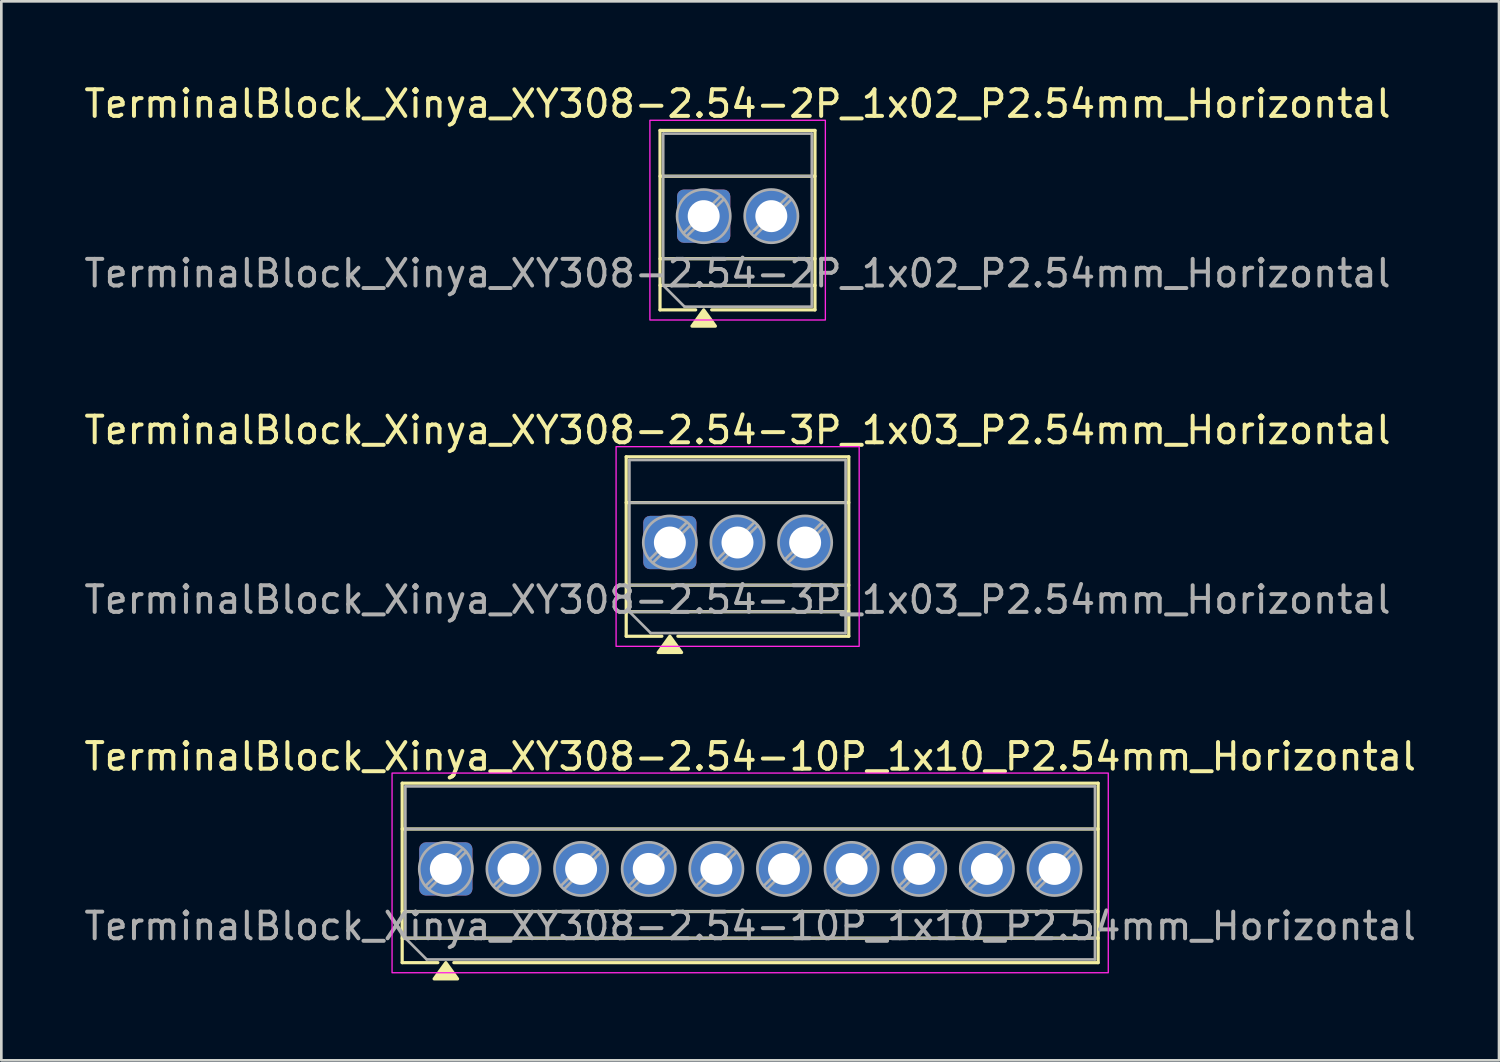
<source format=kicad_pcb>
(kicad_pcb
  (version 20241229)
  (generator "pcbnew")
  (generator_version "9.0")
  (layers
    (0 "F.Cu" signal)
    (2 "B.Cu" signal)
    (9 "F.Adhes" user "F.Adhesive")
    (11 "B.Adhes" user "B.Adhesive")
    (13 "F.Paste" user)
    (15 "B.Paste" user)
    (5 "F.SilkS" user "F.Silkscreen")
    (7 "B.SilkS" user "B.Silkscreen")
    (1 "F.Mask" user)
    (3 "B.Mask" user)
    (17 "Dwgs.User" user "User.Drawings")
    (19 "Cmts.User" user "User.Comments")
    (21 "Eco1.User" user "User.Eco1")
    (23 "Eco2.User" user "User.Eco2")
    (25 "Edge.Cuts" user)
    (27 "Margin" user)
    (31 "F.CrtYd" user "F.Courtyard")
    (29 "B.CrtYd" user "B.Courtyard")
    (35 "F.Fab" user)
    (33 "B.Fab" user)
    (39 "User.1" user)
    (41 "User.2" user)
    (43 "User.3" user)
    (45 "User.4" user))
  (footprint "TerminalBlock_Xinya_XY308-2.54-2P_1x02_P2.54mm_Horizontal"
    (layer "F.Cu")
    (at 23.379 5.068)
    (property "Reference" "TerminalBlock_Xinya_XY308-2.54-2P_1x02_P2.54mm_Horizontal" (at 1.27 -4.22 0) (layer "F.SilkS") (effects (font (size 1 1) (thickness 0.15))))
    (attr through_hole)
    (fp_line (start -1.64 -3.22) (end 4.18 -3.22) (stroke (width 0.12) (type solid)) (layer "F.SilkS"))
    (fp_line (start -1.64 -1.5) (end 4.18 -1.5) (stroke (width 0.12) (type solid)) (layer "F.SilkS"))
    (fp_line (start -1.64 1.6) (end 4.18 1.6) (stroke (width 0.12) (type solid)) (layer "F.SilkS"))
    (fp_line (start -1.64 2.6) (end 4.18 2.6) (stroke (width 0.12) (type solid)) (layer "F.SilkS"))
    (fp_line (start -1.64 3.52) (end -1.64 -3.22) (stroke (width 0.12) (type solid)) (layer "F.SilkS"))
    (fp_line (start -0.3 3.52) (end -1.64 3.52) (stroke (width 0.12) (type solid)) (layer "F.SilkS"))
    (fp_line (start 4.18 -3.22) (end 4.18 3.52) (stroke (width 0.12) (type solid)) (layer "F.SilkS"))
    (fp_line (start 4.18 3.52) (end 0.3 3.52) (stroke (width 0.12) (type solid)) (layer "F.SilkS"))
    (fp_poly (pts (xy 0 3.52) (xy 0.44 4.13) (xy -0.44 4.13)) (stroke (width 0.12) (type solid)) (fill yes) (layer "F.SilkS"))
    (fp_rect (start -2.02 -3.6) (end 4.57 3.9) (stroke (width 0.05) (type solid)) (fill no) (layer "F.CrtYd"))
    (fp_line (start -1.52 -3.1) (end 4.06 -3.1) (stroke (width 0.1) (type solid)) (layer "F.Fab"))
    (fp_line (start -1.52 -1.5) (end 4.06 -1.5) (stroke (width 0.1) (type solid)) (layer "F.Fab"))
    (fp_line (start -1.52 1.6) (end 4.06 1.6) (stroke (width 0.1) (type solid)) (layer "F.Fab"))
    (fp_line (start -1.52 2.6) (end -1.52 -3.1) (stroke (width 0.1) (type solid)) (layer "F.Fab"))
    (fp_line (start -1.52 2.6) (end 4.06 2.6) (stroke (width 0.1) (type solid)) (layer "F.Fab"))
    (fp_line (start -0.72 3.4) (end -1.52 2.6) (stroke (width 0.1) (type solid)) (layer "F.Fab"))
    (fp_line (start 0.636 -0.758) (end -0.758 0.636) (stroke (width 0.1) (type solid)) (layer "F.Fab"))
    (fp_line (start 0.758 -0.636) (end -0.636 0.758) (stroke (width 0.1) (type solid)) (layer "F.Fab"))
    (fp_line (start 3.176 -0.758) (end 1.782 0.636) (stroke (width 0.1) (type solid)) (layer "F.Fab"))
    (fp_line (start 3.298 -0.636) (end 1.904 0.758) (stroke (width 0.1) (type solid)) (layer "F.Fab"))
    (fp_line (start 4.06 -3.1) (end 4.06 3.4) (stroke (width 0.1) (type solid)) (layer "F.Fab"))
    (fp_line (start 4.06 3.4) (end -0.72 3.4) (stroke (width 0.1) (type solid)) (layer "F.Fab"))
    (fp_circle (center 0 0) (end 1 0) (stroke (width 0.1) (type solid)) (fill no) (layer "F.Fab"))
    (fp_circle (center 2.54 0) (end 3.54 0) (stroke (width 0.1) (type solid)) (fill no) (layer "F.Fab"))
    (fp_text user "${REFERENCE}" (at 1.27 2.15 0) (layer "F.Fab") (effects (font (size 1 1) (thickness 0.15))))
    (pad "1" thru_hole roundrect (at 0 0) (size 2 2) (drill 1.2) (layers "*.Cu" "*.Mask") (roundrect_rratio 0.125))
    (pad "2" thru_hole circle (at 2.54 0) (size 2 2) (drill 1.2) (layers "*.Cu" "*.Mask")))
  (footprint "TerminalBlock_Xinya_XY308-2.54-10P_1x10_P2.54mm_Horizontal"
    (layer "F.Cu")
    (at 13.695 29.585)
    (property "Reference" "TerminalBlock_Xinya_XY308-2.54-10P_1x10_P2.54mm_Horizontal" (at 11.43 -4.22 0) (layer "F.SilkS") (effects (font (size 1 1) (thickness 0.15))))
    (attr through_hole)
    (fp_line (start -1.64 -3.22) (end 24.5 -3.22) (stroke (width 0.12) (type solid)) (layer "F.SilkS"))
    (fp_line (start -1.64 -1.5) (end 24.5 -1.5) (stroke (width 0.12) (type solid)) (layer "F.SilkS"))
    (fp_line (start -1.64 1.6) (end 24.5 1.6) (stroke (width 0.12) (type solid)) (layer "F.SilkS"))
    (fp_line (start -1.64 2.6) (end 24.5 2.6) (stroke (width 0.12) (type solid)) (layer "F.SilkS"))
    (fp_line (start -1.64 3.52) (end -1.64 -3.22) (stroke (width 0.12) (type solid)) (layer "F.SilkS"))
    (fp_line (start -0.3 3.52) (end -1.64 3.52) (stroke (width 0.12) (type solid)) (layer "F.SilkS"))
    (fp_line (start 24.5 -3.22) (end 24.5 3.52) (stroke (width 0.12) (type solid)) (layer "F.SilkS"))
    (fp_line (start 24.5 3.52) (end 0.3 3.52) (stroke (width 0.12) (type solid)) (layer "F.SilkS"))
    (fp_poly (pts (xy 0 3.52) (xy 0.44 4.13) (xy -0.44 4.13)) (stroke (width 0.12) (type solid)) (fill yes) (layer "F.SilkS"))
    (fp_rect (start -2.02 -3.6) (end 24.88 3.9) (stroke (width 0.05) (type solid)) (fill no) (layer "F.CrtYd"))
    (fp_line (start -1.52 -3.1) (end 24.38 -3.1) (stroke (width 0.1) (type solid)) (layer "F.Fab"))
    (fp_line (start -1.52 -1.5) (end 24.38 -1.5) (stroke (width 0.1) (type solid)) (layer "F.Fab"))
    (fp_line (start -1.52 1.6) (end 24.38 1.6) (stroke (width 0.1) (type solid)) (layer "F.Fab"))
    (fp_line (start -1.52 2.6) (end -1.52 -3.1) (stroke (width 0.1) (type solid)) (layer "F.Fab"))
    (fp_line (start -1.52 2.6) (end 24.38 2.6) (stroke (width 0.1) (type solid)) (layer "F.Fab"))
    (fp_line (start -0.72 3.4) (end -1.52 2.6) (stroke (width 0.1) (type solid)) (layer "F.Fab"))
    (fp_line (start 0.636 -0.758) (end -0.758 0.636) (stroke (width 0.1) (type solid)) (layer "F.Fab"))
    (fp_line (start 0.758 -0.636) (end -0.636 0.758) (stroke (width 0.1) (type solid)) (layer "F.Fab"))
    (fp_line (start 3.176 -0.758) (end 1.782 0.636) (stroke (width 0.1) (type solid)) (layer "F.Fab"))
    (fp_line (start 3.298 -0.636) (end 1.904 0.758) (stroke (width 0.1) (type solid)) (layer "F.Fab"))
    (fp_line (start 5.716 -0.758) (end 4.322 0.636) (stroke (width 0.1) (type solid)) (layer "F.Fab"))
    (fp_line (start 5.838 -0.636) (end 4.444 0.758) (stroke (width 0.1) (type solid)) (layer "F.Fab"))
    (fp_line (start 8.256 -0.758) (end 6.862 0.636) (stroke (width 0.1) (type solid)) (layer "F.Fab"))
    (fp_line (start 8.378 -0.636) (end 6.984 0.758) (stroke (width 0.1) (type solid)) (layer "F.Fab"))
    (fp_line (start 10.796 -0.758) (end 9.402 0.636) (stroke (width 0.1) (type solid)) (layer "F.Fab"))
    (fp_line (start 10.918 -0.636) (end 9.524 0.758) (stroke (width 0.1) (type solid)) (layer "F.Fab"))
    (fp_line (start 13.336 -0.758) (end 11.942 0.636) (stroke (width 0.1) (type solid)) (layer "F.Fab"))
    (fp_line (start 13.458 -0.636) (end 12.064 0.758) (stroke (width 0.1) (type solid)) (layer "F.Fab"))
    (fp_line (start 15.876 -0.758) (end 14.482 0.636) (stroke (width 0.1) (type solid)) (layer "F.Fab"))
    (fp_line (start 15.998 -0.636) (end 14.604 0.758) (stroke (width 0.1) (type solid)) (layer "F.Fab"))
    (fp_line (start 18.416 -0.758) (end 17.022 0.636) (stroke (width 0.1) (type solid)) (layer "F.Fab"))
    (fp_line (start 18.538 -0.636) (end 17.144 0.758) (stroke (width 0.1) (type solid)) (layer "F.Fab"))
    (fp_line (start 20.956 -0.758) (end 19.562 0.636) (stroke (width 0.1) (type solid)) (layer "F.Fab"))
    (fp_line (start 21.078 -0.636) (end 19.684 0.758) (stroke (width 0.1) (type solid)) (layer "F.Fab"))
    (fp_line (start 23.496 -0.758) (end 22.102 0.636) (stroke (width 0.1) (type solid)) (layer "F.Fab"))
    (fp_line (start 23.618 -0.636) (end 22.224 0.758) (stroke (width 0.1) (type solid)) (layer "F.Fab"))
    (fp_line (start 24.38 -3.1) (end 24.38 3.4) (stroke (width 0.1) (type solid)) (layer "F.Fab"))
    (fp_line (start 24.38 3.4) (end -0.72 3.4) (stroke (width 0.1) (type solid)) (layer "F.Fab"))
    (fp_circle (center 0 0) (end 1 0) (stroke (width 0.1) (type solid)) (fill no) (layer "F.Fab"))
    (fp_circle (center 2.54 0) (end 3.54 0) (stroke (width 0.1) (type solid)) (fill no) (layer "F.Fab"))
    (fp_circle (center 5.08 0) (end 6.08 0) (stroke (width 0.1) (type solid)) (fill no) (layer "F.Fab"))
    (fp_circle (center 7.62 0) (end 8.62 0) (stroke (width 0.1) (type solid)) (fill no) (layer "F.Fab"))
    (fp_circle (center 10.16 0) (end 11.16 0) (stroke (width 0.1) (type solid)) (fill no) (layer "F.Fab"))
    (fp_circle (center 12.7 0) (end 13.7 0) (stroke (width 0.1) (type solid)) (fill no) (layer "F.Fab"))
    (fp_circle (center 15.24 0) (end 16.24 0) (stroke (width 0.1) (type solid)) (fill no) (layer "F.Fab"))
    (fp_circle (center 17.78 0) (end 18.78 0) (stroke (width 0.1) (type solid)) (fill no) (layer "F.Fab"))
    (fp_circle (center 20.32 0) (end 21.32 0) (stroke (width 0.1) (type solid)) (fill no) (layer "F.Fab"))
    (fp_circle (center 22.86 0) (end 23.86 0) (stroke (width 0.1) (type solid)) (fill no) (layer "F.Fab"))
    (fp_text user "${REFERENCE}" (at 11.43 2.15 0) (layer "F.Fab") (effects (font (size 1 1) (thickness 0.15))))
    (pad "1" thru_hole roundrect (at 0 0) (size 2 2) (drill 1.2) (layers "*.Cu" "*.Mask") (roundrect_rratio 0.125))
    (pad "2" thru_hole circle (at 2.54 0) (size 2 2) (drill 1.2) (layers "*.Cu" "*.Mask"))
    (pad "3" thru_hole circle (at 5.08 0) (size 2 2) (drill 1.2) (layers "*.Cu" "*.Mask"))
    (pad "4" thru_hole circle (at 7.62 0) (size 2 2) (drill 1.2) (layers "*.Cu" "*.Mask"))
    (pad "5" thru_hole circle (at 10.16 0) (size 2 2) (drill 1.2) (layers "*.Cu" "*.Mask"))
    (pad "6" thru_hole circle (at 12.7 0) (size 2 2) (drill 1.2) (layers "*.Cu" "*.Mask"))
    (pad "7" thru_hole circle (at 15.24 0) (size 2 2) (drill 1.2) (layers "*.Cu" "*.Mask"))
    (pad "8" thru_hole circle (at 17.78 0) (size 2 2) (drill 1.2) (layers "*.Cu" "*.Mask"))
    (pad "9" thru_hole circle (at 20.32 0) (size 2 2) (drill 1.2) (layers "*.Cu" "*.Mask"))
    (pad "10" thru_hole circle (at 22.86 0) (size 2 2) (drill 1.2) (layers "*.Cu" "*.Mask")))
  (footprint "TerminalBlock_Xinya_XY308-2.54-3P_1x03_P2.54mm_Horizontal"
    (layer "F.Cu")
    (at 22.109 17.326)
    (property "Reference" "TerminalBlock_Xinya_XY308-2.54-3P_1x03_P2.54mm_Horizontal" (at 2.54 -4.22 0) (layer "F.SilkS") (effects (font (size 1 1) (thickness 0.15))))
    (attr through_hole)
    (fp_line (start -1.64 -3.22) (end 6.72 -3.22) (stroke (width 0.12) (type solid)) (layer "F.SilkS"))
    (fp_line (start -1.64 -1.5) (end 6.72 -1.5) (stroke (width 0.12) (type solid)) (layer "F.SilkS"))
    (fp_line (start -1.64 1.6) (end 6.72 1.6) (stroke (width 0.12) (type solid)) (layer "F.SilkS"))
    (fp_line (start -1.64 2.6) (end 6.72 2.6) (stroke (width 0.12) (type solid)) (layer "F.SilkS"))
    (fp_line (start -1.64 3.52) (end -1.64 -3.22) (stroke (width 0.12) (type solid)) (layer "F.SilkS"))
    (fp_line (start -0.3 3.52) (end -1.64 3.52) (stroke (width 0.12) (type solid)) (layer "F.SilkS"))
    (fp_line (start 6.72 -3.22) (end 6.72 3.52) (stroke (width 0.12) (type solid)) (layer "F.SilkS"))
    (fp_line (start 6.72 3.52) (end 0.3 3.52) (stroke (width 0.12) (type solid)) (layer "F.SilkS"))
    (fp_poly (pts (xy 0 3.52) (xy 0.44 4.13) (xy -0.44 4.13)) (stroke (width 0.12) (type solid)) (fill yes) (layer "F.SilkS"))
    (fp_rect (start -2.02 -3.6) (end 7.11 3.9) (stroke (width 0.05) (type solid)) (fill no) (layer "F.CrtYd"))
    (fp_line (start -1.52 -3.1) (end 6.6 -3.1) (stroke (width 0.1) (type solid)) (layer "F.Fab"))
    (fp_line (start -1.52 -1.5) (end 6.6 -1.5) (stroke (width 0.1) (type solid)) (layer "F.Fab"))
    (fp_line (start -1.52 1.6) (end 6.6 1.6) (stroke (width 0.1) (type solid)) (layer "F.Fab"))
    (fp_line (start -1.52 2.6) (end -1.52 -3.1) (stroke (width 0.1) (type solid)) (layer "F.Fab"))
    (fp_line (start -1.52 2.6) (end 6.6 2.6) (stroke (width 0.1) (type solid)) (layer "F.Fab"))
    (fp_line (start -0.72 3.4) (end -1.52 2.6) (stroke (width 0.1) (type solid)) (layer "F.Fab"))
    (fp_line (start 0.636 -0.758) (end -0.758 0.636) (stroke (width 0.1) (type solid)) (layer "F.Fab"))
    (fp_line (start 0.758 -0.636) (end -0.636 0.758) (stroke (width 0.1) (type solid)) (layer "F.Fab"))
    (fp_line (start 3.176 -0.758) (end 1.782 0.636) (stroke (width 0.1) (type solid)) (layer "F.Fab"))
    (fp_line (start 3.298 -0.636) (end 1.904 0.758) (stroke (width 0.1) (type solid)) (layer "F.Fab"))
    (fp_line (start 5.716 -0.758) (end 4.322 0.636) (stroke (width 0.1) (type solid)) (layer "F.Fab"))
    (fp_line (start 5.838 -0.636) (end 4.444 0.758) (stroke (width 0.1) (type solid)) (layer "F.Fab"))
    (fp_line (start 6.6 -3.1) (end 6.6 3.4) (stroke (width 0.1) (type solid)) (layer "F.Fab"))
    (fp_line (start 6.6 3.4) (end -0.72 3.4) (stroke (width 0.1) (type solid)) (layer "F.Fab"))
    (fp_circle (center 0 0) (end 1 0) (stroke (width 0.1) (type solid)) (fill no) (layer "F.Fab"))
    (fp_circle (center 2.54 0) (end 3.54 0) (stroke (width 0.1) (type solid)) (fill no) (layer "F.Fab"))
    (fp_circle (center 5.08 0) (end 6.08 0) (stroke (width 0.1) (type solid)) (fill no) (layer "F.Fab"))
    (fp_text user "${REFERENCE}" (at 2.54 2.15 0) (layer "F.Fab") (effects (font (size 1 1) (thickness 0.15))))
    (pad "1" thru_hole roundrect (at 0 0) (size 2 2) (drill 1.2) (layers "*.Cu" "*.Mask") (roundrect_rratio 0.125))
    (pad "2" thru_hole circle (at 2.54 0) (size 2 2) (drill 1.2) (layers "*.Cu" "*.Mask"))
    (pad "3" thru_hole circle (at 5.08 0) (size 2 2) (drill 1.2) (layers "*.Cu" "*.Mask")))
  (gr_rect
    (start -3 -3)
    (end 53.25 36.775)
    (stroke (width 0.1) (type default))
    (fill no)
    (layer "Edge.Cuts")))
</source>
